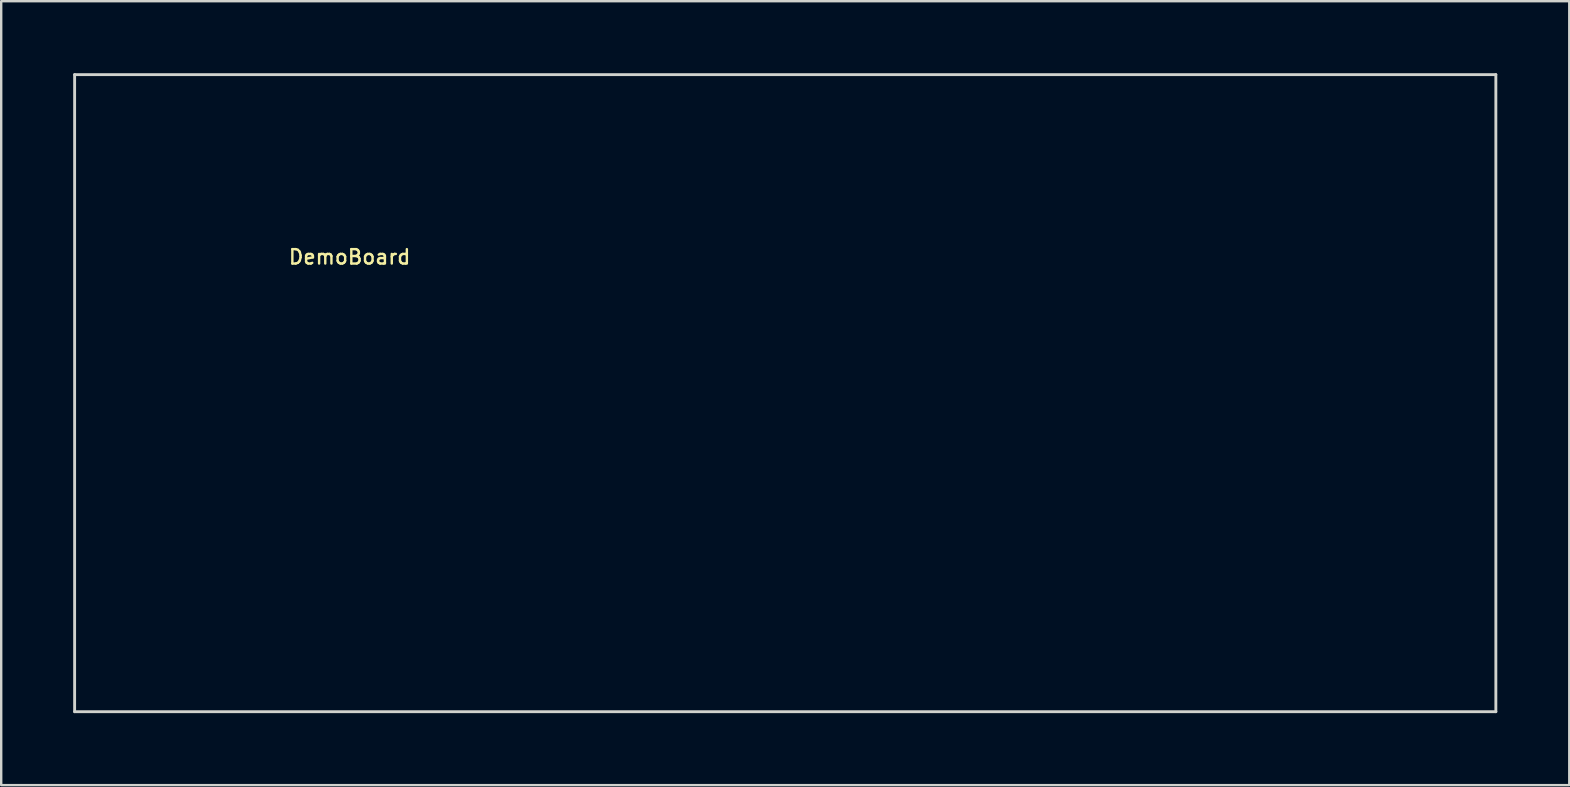
<source format=kicad_pcb>
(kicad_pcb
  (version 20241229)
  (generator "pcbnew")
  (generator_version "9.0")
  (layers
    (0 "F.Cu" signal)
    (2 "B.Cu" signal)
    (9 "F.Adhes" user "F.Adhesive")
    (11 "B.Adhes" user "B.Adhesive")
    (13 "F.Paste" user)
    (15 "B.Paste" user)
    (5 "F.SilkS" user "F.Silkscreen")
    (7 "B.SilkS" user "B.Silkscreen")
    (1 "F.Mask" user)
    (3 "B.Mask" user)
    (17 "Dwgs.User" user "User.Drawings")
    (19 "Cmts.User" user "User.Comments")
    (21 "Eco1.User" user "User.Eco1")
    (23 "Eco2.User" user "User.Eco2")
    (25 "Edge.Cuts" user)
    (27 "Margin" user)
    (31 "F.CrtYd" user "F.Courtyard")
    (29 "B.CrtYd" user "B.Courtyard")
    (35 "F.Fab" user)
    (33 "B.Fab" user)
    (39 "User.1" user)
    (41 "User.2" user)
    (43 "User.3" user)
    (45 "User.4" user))
  (footprint "DemoBoard"
    (layer "F.Cu")
    (at 11.52 7.36)
    (property "Reference" "DemoBoard" (at 0 0.3 0) (layer "F.SilkS") (effects (font (size 0.6 0.6) (thickness 0.1))))
    (attr through_hole)
    (fp_line (start -11.46 -7.3) (end 47.77 -7.3) (stroke (width 0.12) (type solid)) (layer "Edge.Cuts"))
    (fp_line (start -11.46 19.25) (end -11.46 -7.3) (stroke (width 0.12) (type solid)) (layer "Edge.Cuts"))
    (fp_line (start 47.77 19.25) (end -11.46 19.25) (stroke (width 0.12) (type solid)) (layer "Edge.Cuts"))
    (fp_line (start 47.77 19.25) (end 47.77 -7.3) (stroke (width 0.12) (type solid)) (layer "Edge.Cuts")))
  (gr_rect
    (start -3 -3)
    (end 62.35 29.67)
    (stroke (width 0.1) (type default))
    (fill no)
    (layer "Edge.Cuts")))
</source>
